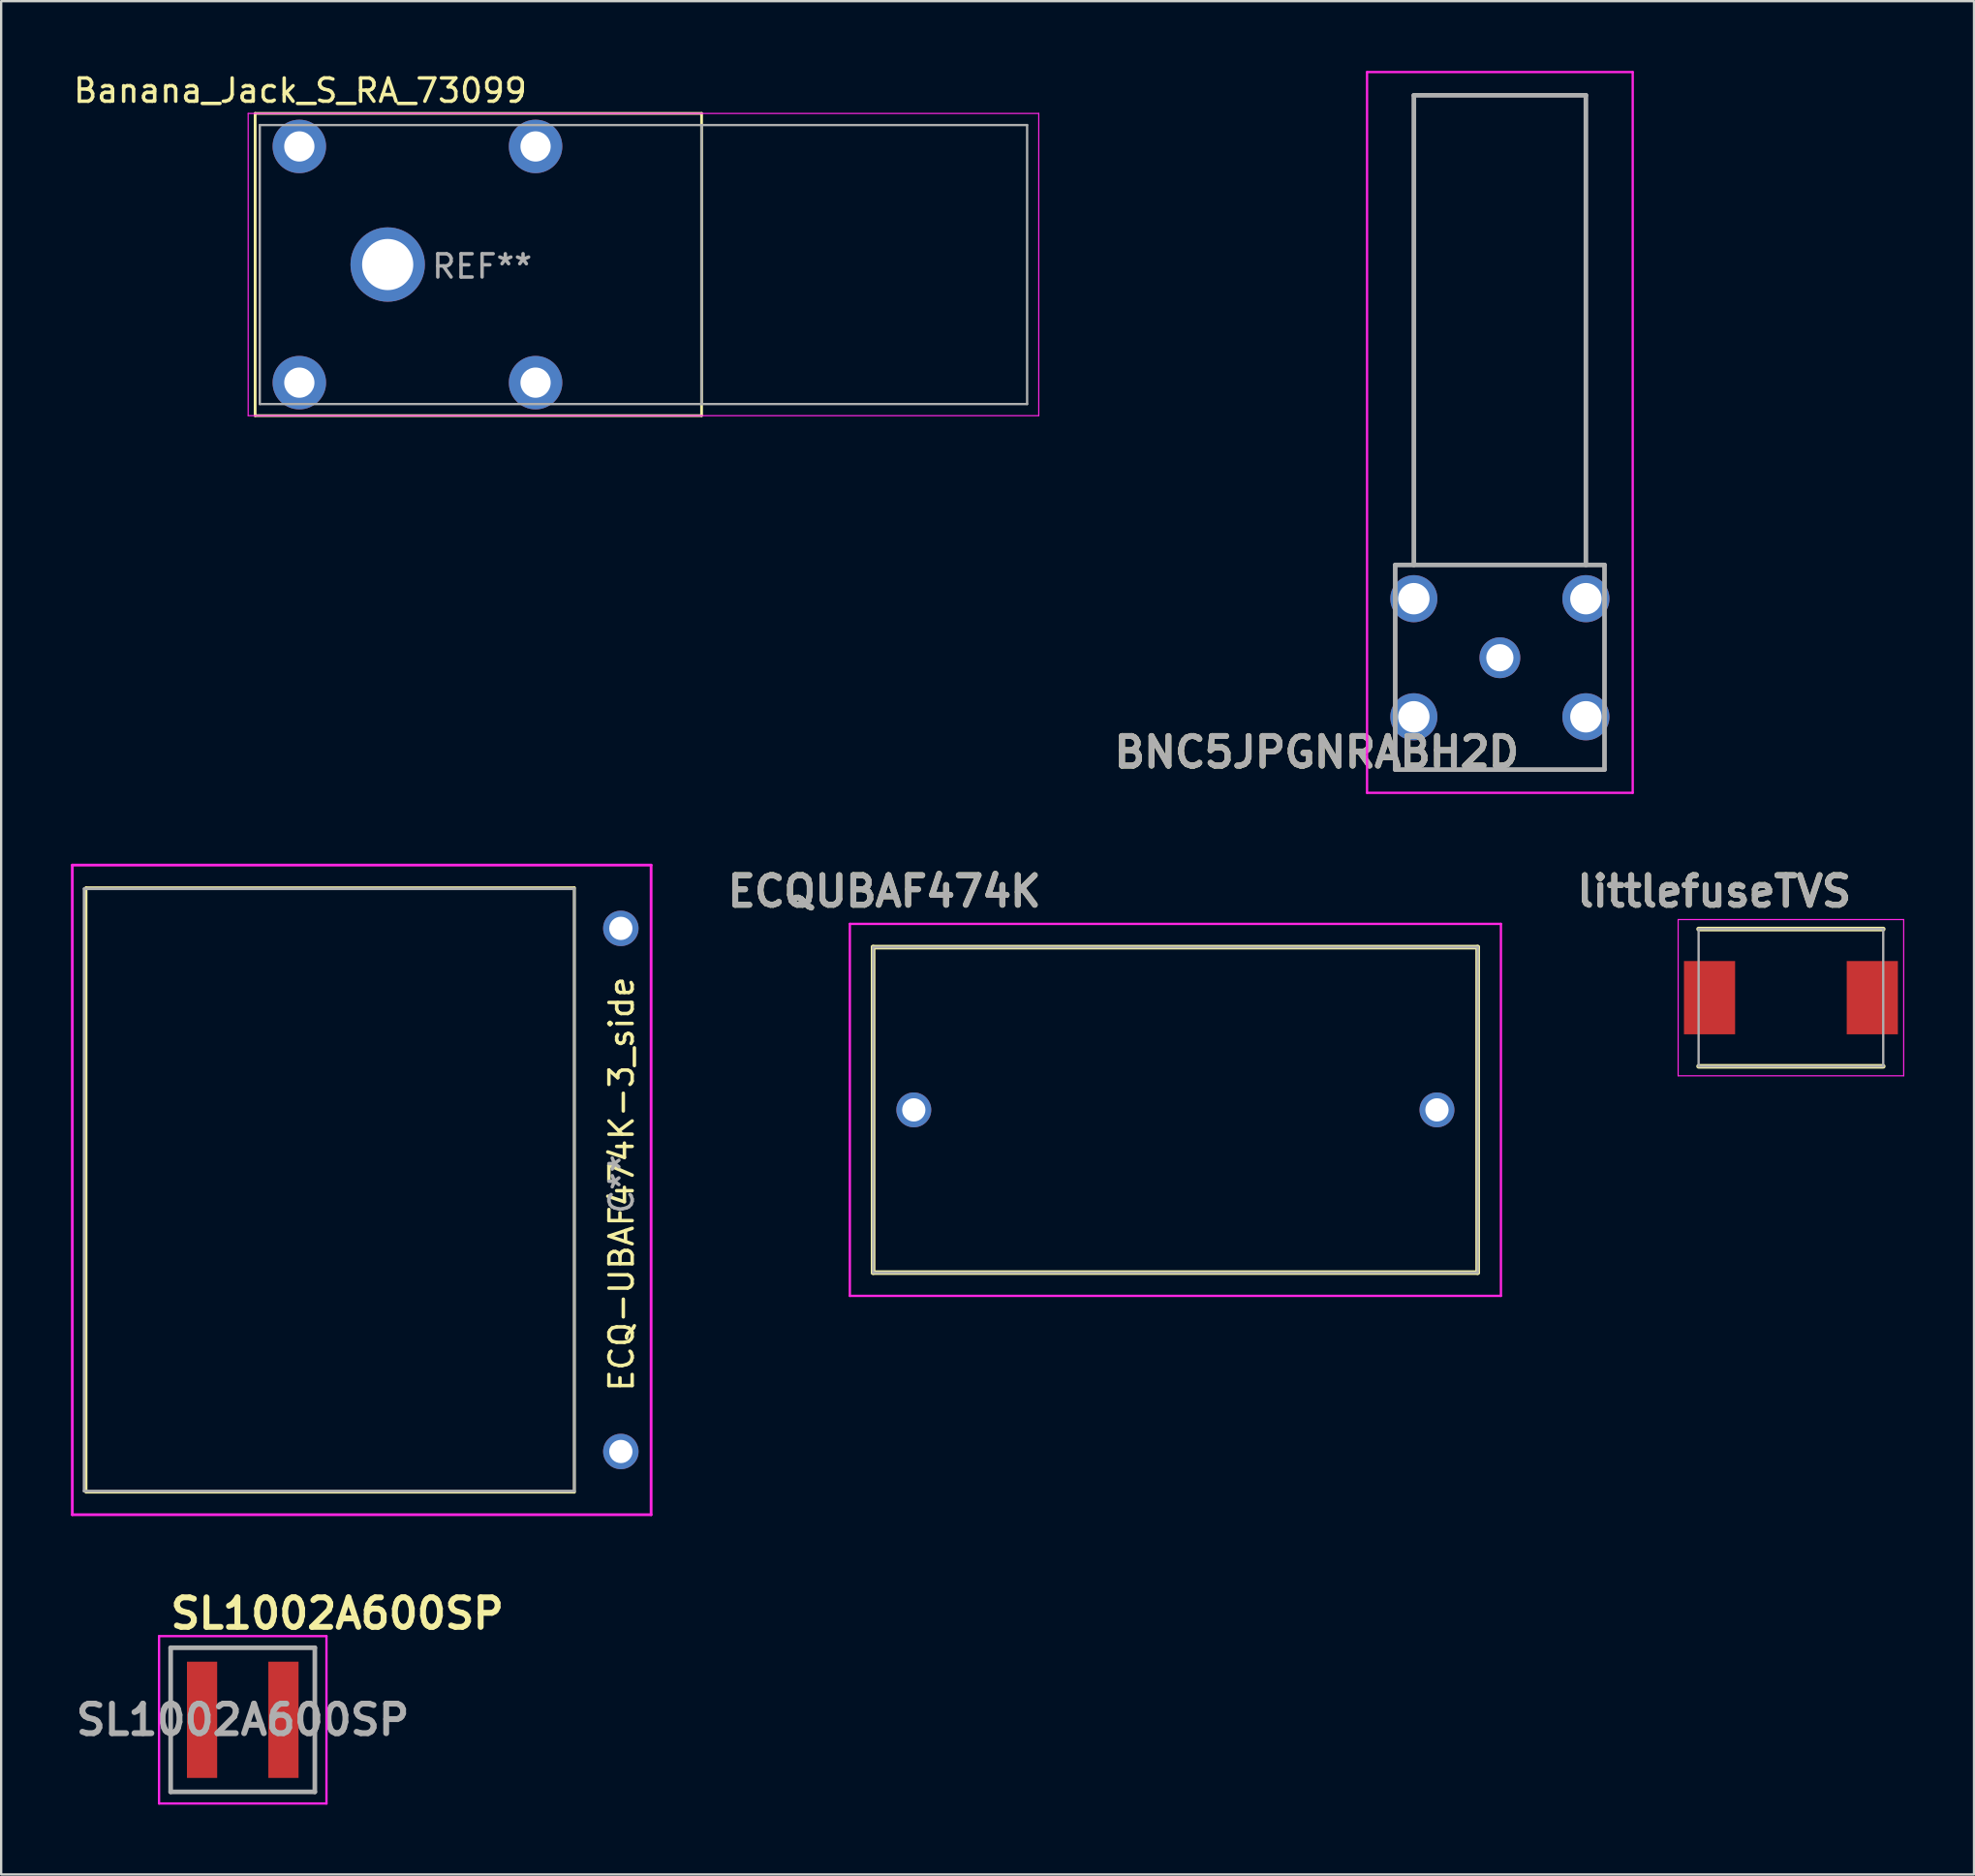
<source format=kicad_pcb>
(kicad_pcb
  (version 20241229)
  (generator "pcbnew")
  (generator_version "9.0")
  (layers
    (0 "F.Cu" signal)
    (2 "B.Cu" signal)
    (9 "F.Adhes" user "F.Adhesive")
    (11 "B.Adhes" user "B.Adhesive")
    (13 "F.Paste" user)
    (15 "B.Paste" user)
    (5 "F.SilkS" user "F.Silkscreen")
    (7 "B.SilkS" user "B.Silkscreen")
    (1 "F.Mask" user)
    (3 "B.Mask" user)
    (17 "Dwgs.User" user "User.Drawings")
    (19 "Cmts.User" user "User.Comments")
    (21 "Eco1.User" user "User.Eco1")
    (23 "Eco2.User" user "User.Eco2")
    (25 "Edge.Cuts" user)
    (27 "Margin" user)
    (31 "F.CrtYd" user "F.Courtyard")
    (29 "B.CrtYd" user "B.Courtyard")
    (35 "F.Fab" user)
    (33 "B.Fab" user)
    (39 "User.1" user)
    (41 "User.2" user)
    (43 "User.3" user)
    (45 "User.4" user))
  (footprint "littlefuseTVS"
    (layer "F.Cu")
    (at 73.971 39.861)
    (property "Reference" "littlefuseTVS" (at -3.302 -4.572 0) (layer "F.SilkS") (effects (font (size 1.27 1.27) (thickness 0.254))))
    (attr smd)
    (fp_line (start -3.97 2.952) (end 3.97 2.952) (stroke (width 0.2) (type solid)) (layer "F.SilkS"))
    (fp_line (start 3.97 -2.952) (end -3.97 -2.952) (stroke (width 0.2) (type solid)) (layer "F.SilkS"))
    (fp_line (start -4.85 -3.36) (end 4.85 -3.36) (stroke (width 0.05) (type solid)) (layer "F.CrtYd"))
    (fp_line (start -4.85 3.36) (end -4.85 -3.36) (stroke (width 0.05) (type solid)) (layer "F.CrtYd"))
    (fp_line (start 4.85 -3.36) (end 4.85 3.36) (stroke (width 0.05) (type solid)) (layer "F.CrtYd"))
    (fp_line (start 4.85 3.36) (end -4.85 3.36) (stroke (width 0.05) (type solid)) (layer "F.CrtYd"))
    (fp_line (start -3.97 -2.952) (end 3.97 -2.952) (stroke (width 0.1) (type solid)) (layer "F.Fab"))
    (fp_line (start -3.97 2.952) (end -3.97 -2.952) (stroke (width 0.1) (type solid)) (layer "F.Fab"))
    (fp_line (start 3.97 -2.952) (end 3.97 2.952) (stroke (width 0.1) (type solid)) (layer "F.Fab"))
    (fp_line (start 3.97 2.952) (end -3.97 2.952) (stroke (width 0.1) (type solid)) (layer "F.Fab"))
    (fp_text user "${REFERENCE}" (at -3.302 -4.572 0) (layer "F.Fab") (effects (font (size 1.27 1.27) (thickness 0.254))))
    (pad "1" smd rect (at -3.5 0) (size 2.2 3.15) (layers "F.Cu" "F.Mask" "F.Paste"))
    (pad "2" smd rect (at 3.5 0) (size 2.2 3.15) (layers "F.Cu" "F.Mask" "F.Paste")))
  (footprint "SL1002A600SP"
    (layer "F.Cu")
    (at 7.39 70.921)
    (property "Reference" "SL1002A600SP" (at 4.064 -4.572 0) (layer "F.SilkS") (effects (font (size 1.27 1.27) (thickness 0.254))))
    (attr smd)
    (fp_line (start -3.1 -3.1) (end 3.1 -3.1) (stroke (width 0.1) (type solid)) (layer "F.SilkS"))
    (fp_line (start -3.1 3.1) (end -3.1 -3.1) (stroke (width 0.1) (type solid)) (layer "F.SilkS"))
    (fp_line (start 3.1 -3.1) (end 3.1 3.1) (stroke (width 0.1) (type solid)) (layer "F.SilkS"))
    (fp_line (start 3.1 3.1) (end -3.1 3.1) (stroke (width 0.1) (type solid)) (layer "F.SilkS"))
    (fp_line (start -3.6 -3.6) (end 3.6 -3.6) (stroke (width 0.1) (type solid)) (layer "F.CrtYd"))
    (fp_line (start -3.6 3.6) (end -3.6 -3.6) (stroke (width 0.1) (type solid)) (layer "F.CrtYd"))
    (fp_line (start 3.6 -3.6) (end 3.6 3.6) (stroke (width 0.1) (type solid)) (layer "F.CrtYd"))
    (fp_line (start 3.6 3.6) (end -3.6 3.6) (stroke (width 0.1) (type solid)) (layer "F.CrtYd"))
    (fp_line (start -3.1 -3.1) (end 3.1 -3.1) (stroke (width 0.2) (type solid)) (layer "F.Fab"))
    (fp_line (start -3.1 3.1) (end -3.1 -3.1) (stroke (width 0.2) (type solid)) (layer "F.Fab"))
    (fp_line (start 3.1 -3.1) (end 3.1 3.1) (stroke (width 0.2) (type solid)) (layer "F.Fab"))
    (fp_line (start 3.1 3.1) (end -3.1 3.1) (stroke (width 0.2) (type solid)) (layer "F.Fab"))
    (fp_text user "${REFERENCE}" (at 0 0 0) (layer "F.Fab") (effects (font (size 1.27 1.27) (thickness 0.254))))
    (pad "1" smd rect (at -1.75 0) (size 1.3 5) (layers "F.Cu" "F.Mask" "F.Paste"))
    (pad "2" smd rect (at 1.75 0) (size 1.3 5) (layers "F.Cu" "F.Mask" "F.Paste")))
  (footprint "Banana_Jack_S_RA_73099"
    (layer "F.Cu")
    (at 13.623 8.328)
    (property "Reference" "Banana_Jack_S_RA_73099" (at -3.76 -7.48 180) (layer "F.SilkS") (effects (font (size 1 1) (thickness 0.15))))
    (attr through_hole)
    (fp_line (start -5.7 -6.5) (end -5.7 6.5) (stroke (width 0.12) (type solid)) (layer "F.SilkS"))
    (fp_line (start -5.7 6.5) (end 13.5 6.5) (stroke (width 0.12) (type solid)) (layer "F.SilkS"))
    (fp_line (start 13.5 -6.5) (end -5.7 -6.5) (stroke (width 0.12) (type solid)) (layer "F.SilkS"))
    (fp_line (start 13.5 -6.5) (end 13.5 6.5) (stroke (width 0.12) (type solid)) (layer "F.SilkS"))
    (fp_line (start -6 -6.5) (end -6 6.5) (stroke (width 0.05) (type solid)) (layer "F.CrtYd"))
    (fp_line (start -6 6.5) (end 28 6.5) (stroke (width 0.05) (type solid)) (layer "F.CrtYd"))
    (fp_line (start 28 -6.5) (end -6 -6.5) (stroke (width 0.05) (type solid)) (layer "F.CrtYd"))
    (fp_line (start 28 6.5) (end 28 -6.5) (stroke (width 0.05) (type solid)) (layer "F.CrtYd"))
    (fp_line (start -5.5 -6) (end -5.5 6) (stroke (width 0.1) (type solid)) (layer "F.Fab"))
    (fp_line (start -5.5 -6) (end 27.5 -6) (stroke (width 0.1) (type solid)) (layer "F.Fab"))
    (fp_line (start -5.5 6) (end 27.5 6) (stroke (width 0.1) (type solid)) (layer "F.Fab"))
    (fp_line (start 13.5 -6) (end 13.5 6) (stroke (width 0.1) (type solid)) (layer "F.Fab"))
    (fp_line (start 27.5 -6) (end 27.5 6) (stroke (width 0.1) (type solid)) (layer "F.Fab"))
    (fp_text user "REF**" (at 4.06 0.08 0) (layer "F.Fab") (effects (font (size 1 1) (thickness 0.15))))
    (pad "1" thru_hole circle (at 0 0) (size 3.2 3.2) (drill 2.2) (layers "*.Cu" "*.Mask"))
    (pad "2" thru_hole circle (at -3.8 -5.08) (size 2.3 2.3) (drill 1.3) (layers "*.Cu" "*.Mask"))
    (pad "2" thru_hole circle (at -3.8 5.08) (size 2.3 2.3) (drill 1.3) (layers "*.Cu" "*.Mask"))
    (pad "2" thru_hole circle (at 6.36 -5.08) (size 2.3 2.3) (drill 1.3) (layers "*.Cu" "*.Mask"))
    (pad "2" thru_hole circle (at 6.36 5.08) (size 2.3 2.3) (drill 1.3) (layers "*.Cu" "*.Mask")))
  (footprint "ECQ-UBAF474K-3_side"
    (layer "F.Cu")
    (at 21.65 48.13)
    (property "Reference" "ECQ-UBAF474K-3_side" (at 2.032 -0.254 90) (layer "F.SilkS") (effects (font (size 1 1) (thickness 0.15))))
    (attr through_hole)
    (fp_line (start -21 13) (end -21 -13) (stroke (width 0.12) (type solid)) (layer "F.SilkS"))
    (fp_line (start 0 -13) (end -21 -13) (stroke (width 0.12) (type solid)) (layer "F.SilkS"))
    (fp_line (start 0 13) (end -21 13) (stroke (width 0.12) (type solid)) (layer "F.SilkS"))
    (fp_line (start 0 13) (end 0 -13) (stroke (width 0.12) (type solid)) (layer "F.SilkS"))
    (fp_line (start -21.59 -13.97) (end 3.302 -13.97) (stroke (width 0.12) (type solid)) (layer "F.CrtYd"))
    (fp_line (start -21.59 13.97) (end -21.59 -13.97) (stroke (width 0.12) (type solid)) (layer "F.CrtYd"))
    (fp_line (start 3.302 -13.97) (end 3.302 13.97) (stroke (width 0.12) (type solid)) (layer "F.CrtYd"))
    (fp_line (start 3.302 13.97) (end -21.59 13.97) (stroke (width 0.12) (type solid)) (layer "F.CrtYd"))
    (fp_line (start -21.082 -12.954) (end -21.082 12.954) (stroke (width 0.12) (type solid)) (layer "F.Fab"))
    (fp_line (start -21.082 12.954) (end 0 12.954) (stroke (width 0.12) (type solid)) (layer "F.Fab"))
    (fp_line (start 0 -12.954) (end -21.082 -12.954) (stroke (width 0.12) (type solid)) (layer "F.Fab"))
    (fp_line (start 0 12.954) (end 0 -12.954) (stroke (width 0.12) (type solid)) (layer "F.Fab"))
    (fp_text user "C**" (at 2.032 -0.254 90) (layer "F.Fab") (effects (font (size 1 1) (thickness 0.15))))
    (pad "1" thru_hole circle (at 2 -11.25) (size 1.524 1.524) (drill 1) (layers "*.Cu" "*.Mask"))
    (pad "2" thru_hole circle (at 2 11.25) (size 1.524 1.524) (drill 1) (layers "*.Cu" "*.Mask")))
  (footprint "BNC5JPGNRABH2D"
    (layer "F.Cu")
    (at 61.454 25.24)
    (property "Reference" "BNC5JPGNRABH2D" (at -7.874 4.064 0) (layer "F.SilkS") (effects (font (size 1.27 1.27) (thickness 0.254))))
    (attr through_hole)
    (fp_line (start -4.5 -3.99) (end 4.5 -3.99) (stroke (width 0.1) (type solid)) (layer "F.SilkS"))
    (fp_line (start -4.5 3.81) (end -4.5 4.81) (stroke (width 0.1) (type solid)) (layer "F.SilkS"))
    (fp_line (start -4.5 4.81) (end 4.5 4.81) (stroke (width 0.1) (type solid)) (layer "F.SilkS"))
    (fp_line (start 4.5 4.81) (end 4.5 3.81) (stroke (width 0.1) (type solid)) (layer "F.SilkS"))
    (fp_line (start -5.712 -25.19) (end 5.713 -25.19) (stroke (width 0.1) (type solid)) (layer "F.CrtYd"))
    (fp_line (start -5.712 5.81) (end -5.712 -25.19) (stroke (width 0.1) (type solid)) (layer "F.CrtYd"))
    (fp_line (start 5.713 -25.19) (end 5.713 5.81) (stroke (width 0.1) (type solid)) (layer "F.CrtYd"))
    (fp_line (start 5.713 5.81) (end -5.712 5.81) (stroke (width 0.1) (type solid)) (layer "F.CrtYd"))
    (fp_line (start -4.5 -3.99) (end 4.5 -3.99) (stroke (width 0.2) (type solid)) (layer "F.Fab"))
    (fp_line (start -4.5 4.81) (end -4.5 -3.99) (stroke (width 0.2) (type solid)) (layer "F.Fab"))
    (fp_line (start -3.7 -24.19) (end 3.7 -24.19) (stroke (width 0.2) (type solid)) (layer "F.Fab"))
    (fp_line (start -3.7 -3.99) (end -3.7 -24.19) (stroke (width 0.2) (type solid)) (layer "F.Fab"))
    (fp_line (start 3.7 -24.19) (end 3.7 -3.99) (stroke (width 0.2) (type solid)) (layer "F.Fab"))
    (fp_line (start 4.5 -3.99) (end 4.5 4.81) (stroke (width 0.2) (type solid)) (layer "F.Fab"))
    (fp_line (start 4.5 4.81) (end -4.5 4.81) (stroke (width 0.2) (type solid)) (layer "F.Fab"))
    (fp_text user "${REFERENCE}" (at -7.874 4.064 0) (layer "F.Fab") (effects (font (size 1.27 1.27) (thickness 0.254))))
    (pad "1" thru_hole circle (at 0 0) (size 1.755 1.755) (drill 1.17) (layers "*.Cu" "*.Mask"))
    (pad "2" thru_hole circle (at -3.7 -2.54) (size 2.025 2.025) (drill 1.35) (layers "*.Cu" "*.Mask"))
    (pad "3" thru_hole circle (at -3.7 2.54) (size 2.025 2.025) (drill 1.35) (layers "*.Cu" "*.Mask"))
    (pad "4" thru_hole circle (at 3.7 2.54) (size 2.025 2.025) (drill 1.35) (layers "*.Cu" "*.Mask"))
    (pad "5" thru_hole circle (at 3.7 -2.54) (size 2.025 2.025) (drill 1.35) (layers "*.Cu" "*.Mask")))
  (footprint "ECQUBAF474K"
    (layer "F.Cu")
    (at 36.249 44.687)
    (property "Reference" "ECQUBAF474K" (at -1.27 -9.398 0) (layer "F.SilkS") (effects (font (size 1.27 1.27) (thickness 0.254))))
    (attr through_hole)
    (fp_line (start -1.75 -7) (end 24.25 -7) (stroke (width 0.2) (type solid)) (layer "F.SilkS"))
    (fp_line (start -1.75 7) (end -1.75 -7) (stroke (width 0.2) (type solid)) (layer "F.SilkS"))
    (fp_line (start 24.25 -7) (end 24.25 7) (stroke (width 0.2) (type solid)) (layer "F.SilkS"))
    (fp_line (start 24.25 7) (end -1.75 7) (stroke (width 0.2) (type solid)) (layer "F.SilkS"))
    (fp_line (start -2.75 -8) (end 25.25 -8) (stroke (width 0.1) (type solid)) (layer "F.CrtYd"))
    (fp_line (start -2.75 8) (end -2.75 -8) (stroke (width 0.1) (type solid)) (layer "F.CrtYd"))
    (fp_line (start 25.25 -8) (end 25.25 8) (stroke (width 0.1) (type solid)) (layer "F.CrtYd"))
    (fp_line (start 25.25 8) (end -2.75 8) (stroke (width 0.1) (type solid)) (layer "F.CrtYd"))
    (fp_line (start -1.75 -7) (end 24.25 -7) (stroke (width 0.1) (type solid)) (layer "F.Fab"))
    (fp_line (start -1.75 7) (end -1.75 -7) (stroke (width 0.1) (type solid)) (layer "F.Fab"))
    (fp_line (start 24.25 -7) (end 24.25 7) (stroke (width 0.1) (type solid)) (layer "F.Fab"))
    (fp_line (start 24.25 7) (end -1.75 7) (stroke (width 0.1) (type solid)) (layer "F.Fab"))
    (fp_text user "${REFERENCE}" (at -1.27 -9.398 0) (layer "F.Fab") (effects (font (size 1.27 1.27) (thickness 0.254))))
    (pad "1" thru_hole circle (at 0 0) (size 1.5 1.5) (drill 1) (layers "*.Cu" "*.Mask"))
    (pad "2" thru_hole circle (at 22.5 0) (size 1.5 1.5) (drill 1) (layers "*.Cu" "*.Mask")))
  (gr_rect
    (start -3 -3)
    (end 81.846 77.571)
    (stroke (width 0.1) (type default))
    (fill no)
    (layer "Edge.Cuts")))
</source>
